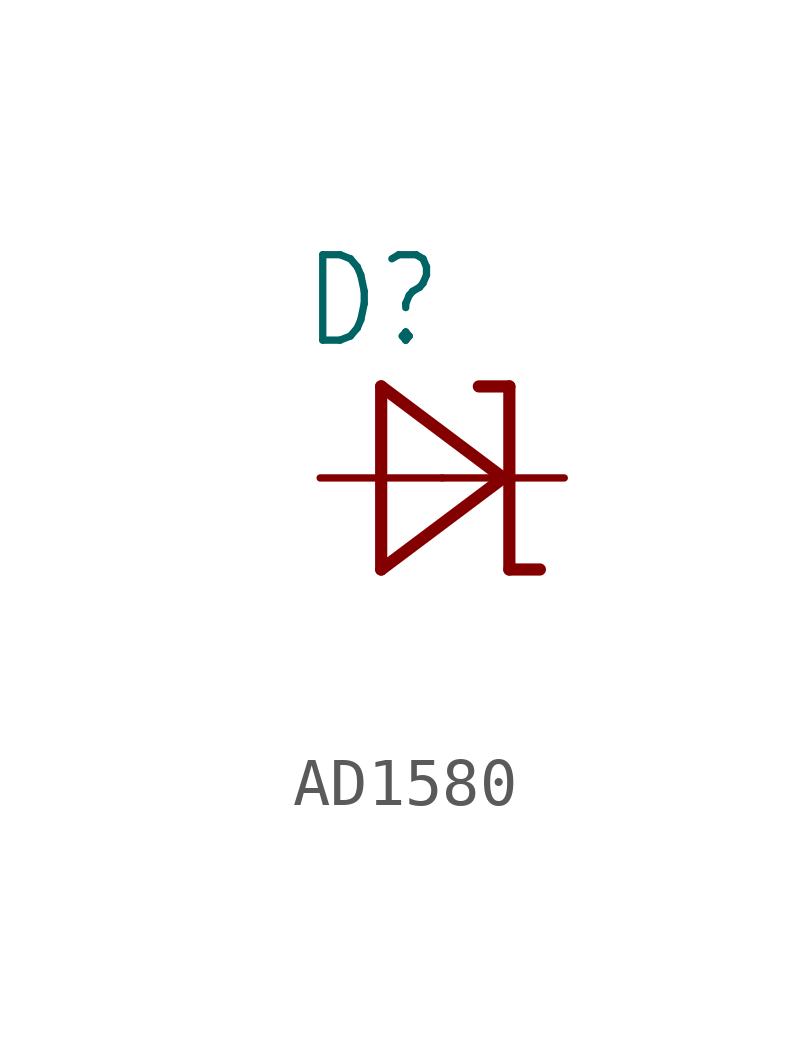
<source format=kicad_sym>
(kicad_symbol_lib
  (version 20241209)
  (generator "kicad_symbol_editor")
  (generator_version "9.0")
  (symbol "AD1580"
    (property "Reference" "D"
      (at -2.946 2.642 0)
      (effects (font (size 1.778 1.511)) (justify left bottom)))
    (property "Value" ""
      (at -4.47 -4.496 0)
      (effects (font (size 1.778 1.511)) (justify left bottom)))
    (property "ki_locked" ""
      (at 0 0 0)
      (effects (font (size 1.27 1.27))))
    (symbol "AD1580_1_0"
      (polyline (pts (xy -1.27 1.905) (xy -1.27 -1.905)) (stroke (width 0.254) (type solid)) (fill (type none)))
      (polyline (pts (xy -1.27 -1.905) (xy 1.27 0)) (stroke (width 0.254) (type solid)) (fill (type none)))
      (polyline (pts (xy 1.27 0) (xy -1.27 1.905)) (stroke (width 0.254) (type solid)) (fill (type none)))
      (polyline (pts (xy 1.397 1.905) (xy 0.762 1.905)) (stroke (width 0.254) (type solid)) (fill (type none)))
      (polyline (pts (xy 1.397 1.905) (xy 1.397 -1.905)) (stroke (width 0.254) (type solid)) (fill (type none)))
      (polyline (pts (xy 1.397 -1.905) (xy 2.032 -1.905)) (stroke (width 0.254) (type solid)) (fill (type none)))
      (pin passive line (at -2.54 0 0) (length 2.54) (name "A" (effects (font (size 0 0)))) (number "2" (effects (font (size 0 0)))))
      (pin passive line (at 2.54 0 180) (length 2.54) (name "C" (effects (font (size 0 0)))) (number "1" (effects (font (size 0 0))))))))
</source>
